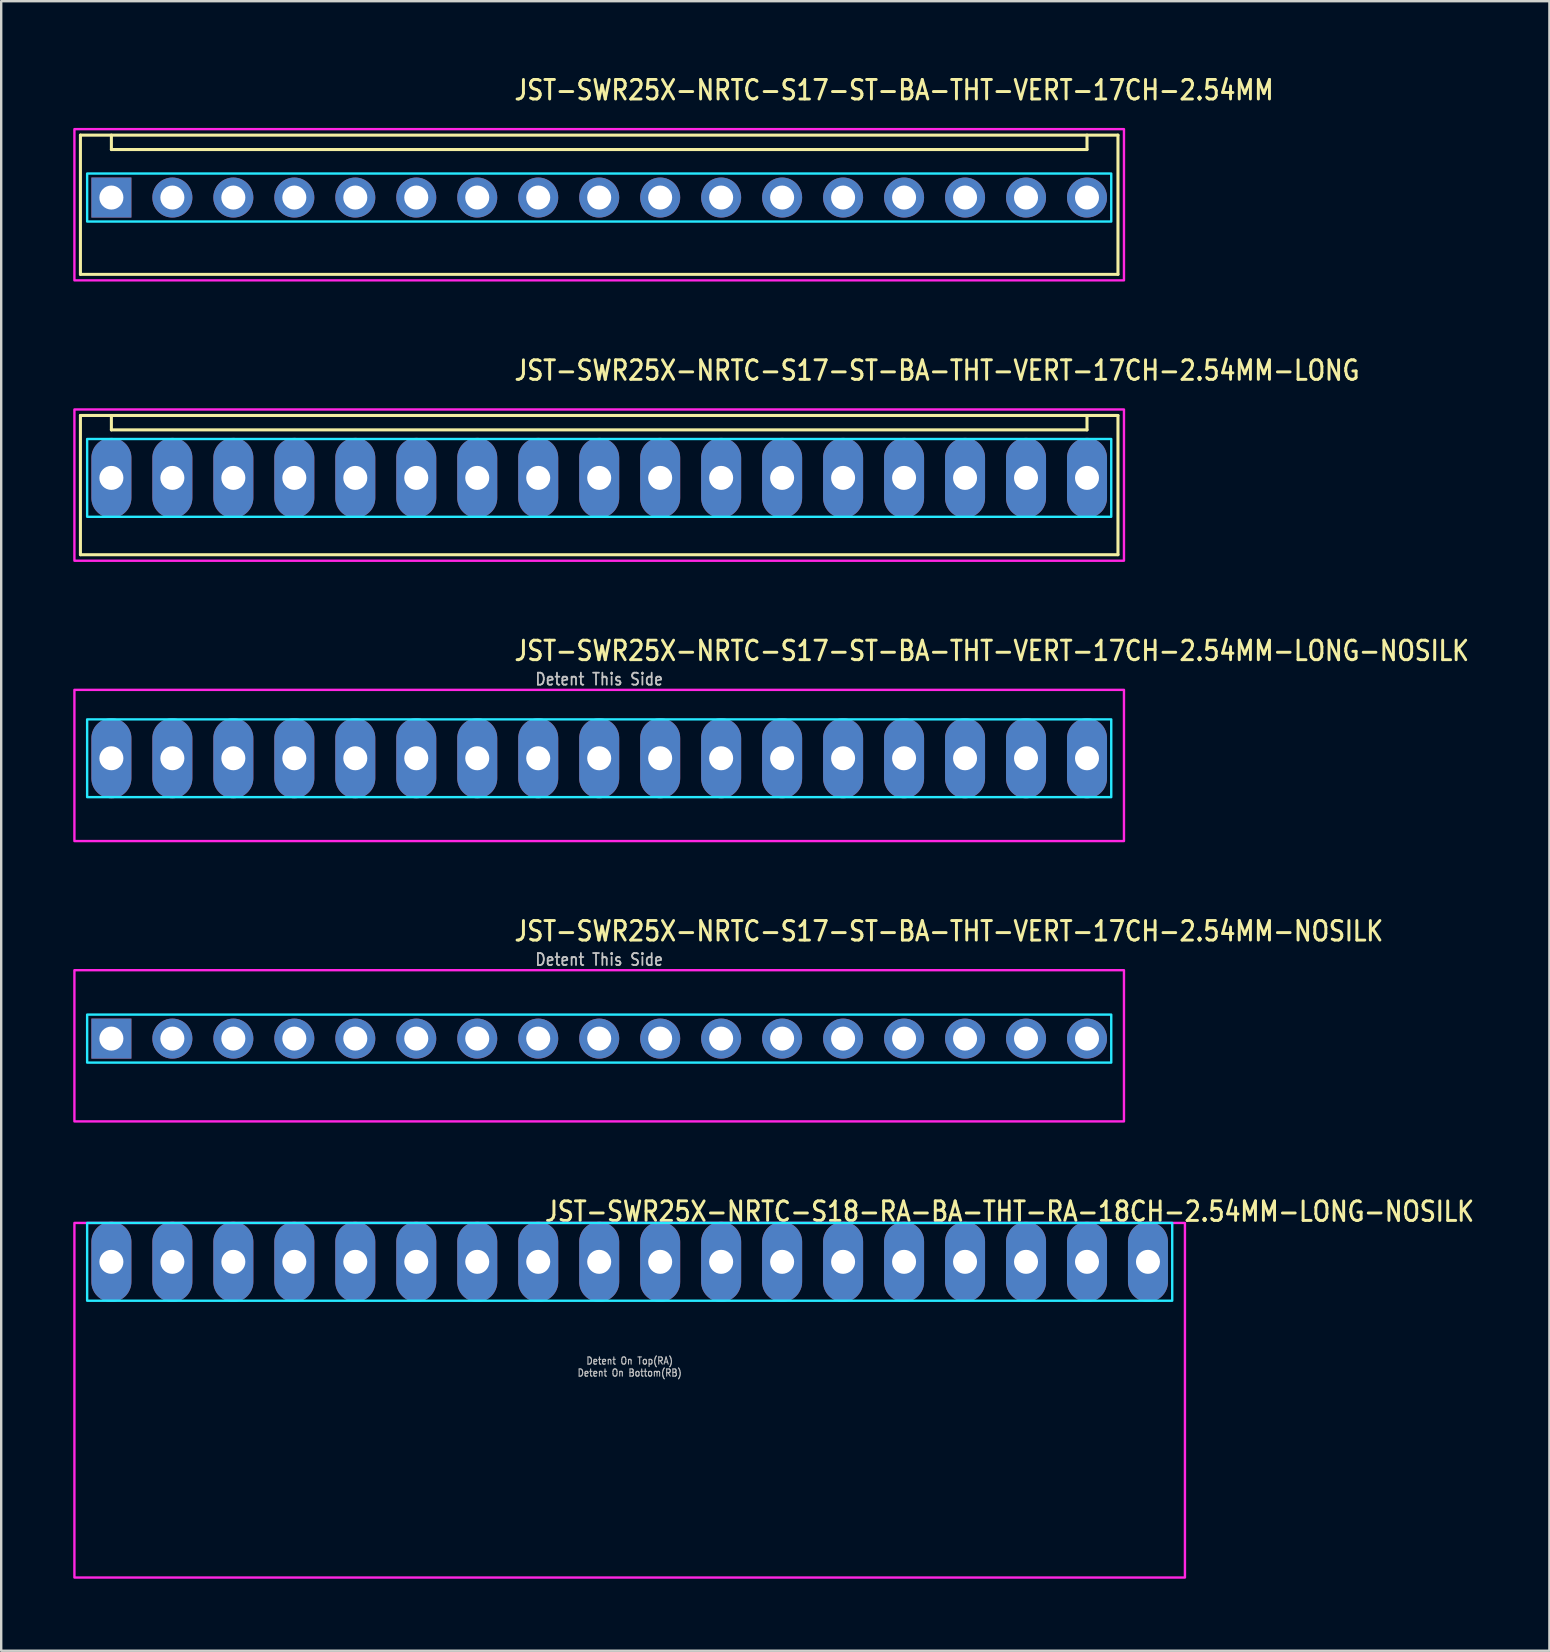
<source format=kicad_pcb>
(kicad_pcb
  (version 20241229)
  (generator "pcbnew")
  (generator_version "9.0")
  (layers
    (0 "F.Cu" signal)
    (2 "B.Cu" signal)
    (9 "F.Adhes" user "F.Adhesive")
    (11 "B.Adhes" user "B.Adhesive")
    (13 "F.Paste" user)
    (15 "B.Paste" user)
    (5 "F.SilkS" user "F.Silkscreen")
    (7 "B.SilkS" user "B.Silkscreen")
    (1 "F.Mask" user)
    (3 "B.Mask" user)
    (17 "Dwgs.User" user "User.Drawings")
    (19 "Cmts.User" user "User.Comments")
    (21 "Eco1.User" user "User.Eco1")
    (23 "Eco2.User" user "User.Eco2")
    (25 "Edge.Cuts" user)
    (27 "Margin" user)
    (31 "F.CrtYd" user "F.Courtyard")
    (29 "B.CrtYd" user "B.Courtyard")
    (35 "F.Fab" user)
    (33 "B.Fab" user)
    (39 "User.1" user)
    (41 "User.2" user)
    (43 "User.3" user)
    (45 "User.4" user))
  (footprint "JST-SWR25X-NRTC-S17-ST-BA-THT-VERT-17CH-2.54MM-NOSILK"
    (layer "F.Cu")
    (at 21.91 40.214)
    (property "Reference" "JST-SWR25X-NRTC-S17-ST-BA-THT-VERT-17CH-2.54MM-NOSILK" (at -3.6 -4 0) (unlocked yes) (layer "F.SilkS") (effects (font (size 0.813 0.695) (thickness 0.122)) (justify left bottom)))
    (fp_poly (pts (xy -21.33 -1) (xy -21.33 1) (xy 21.33 1) (xy 21.33 -1)) (stroke (width 0.1) (type solid)) (fill no) (layer "B.CrtYd"))
    (fp_poly (pts (xy -21.86 -2.85) (xy -21.86 3.45) (xy 21.86 3.45) (xy 21.86 -2.85)) (stroke (width 0.1) (type solid)) (fill no) (layer "F.CrtYd"))
    (fp_text user "Detent This Side" (at 0 -3 0) (unlocked yes) (layer "Dwgs.User") (effects (font (size 0.5 0.427) (thickness 0.075)) (justify bottom)))
    (pad "1" thru_hole rect (at -20.32 0) (size 1.667 1.667) (drill 1) (layers "*.Cu" "*.Mask"))
    (pad "2" thru_hole oval (at -17.78 0) (size 1.667 1.667) (drill 1) (layers "*.Cu" "*.Mask"))
    (pad "3" thru_hole oval (at -15.24 0) (size 1.667 1.667) (drill 1) (layers "*.Cu" "*.Mask"))
    (pad "4" thru_hole oval (at -12.7 0) (size 1.667 1.667) (drill 1) (layers "*.Cu" "*.Mask"))
    (pad "5" thru_hole oval (at -10.16 0) (size 1.667 1.667) (drill 1) (layers "*.Cu" "*.Mask"))
    (pad "6" thru_hole oval (at -7.62 0) (size 1.667 1.667) (drill 1) (layers "*.Cu" "*.Mask"))
    (pad "7" thru_hole oval (at -5.08 0) (size 1.667 1.667) (drill 1) (layers "*.Cu" "*.Mask"))
    (pad "8" thru_hole oval (at -2.54 0) (size 1.667 1.667) (drill 1) (layers "*.Cu" "*.Mask"))
    (pad "9" thru_hole oval (at 0 0) (size 1.667 1.667) (drill 1) (layers "*.Cu" "*.Mask"))
    (pad "10" thru_hole oval (at 2.54 0) (size 1.667 1.667) (drill 1) (layers "*.Cu" "*.Mask"))
    (pad "11" thru_hole oval (at 5.08 0) (size 1.667 1.667) (drill 1) (layers "*.Cu" "*.Mask"))
    (pad "12" thru_hole oval (at 7.62 0) (size 1.667 1.667) (drill 1) (layers "*.Cu" "*.Mask"))
    (pad "13" thru_hole oval (at 10.16 0) (size 1.667 1.667) (drill 1) (layers "*.Cu" "*.Mask"))
    (pad "14" thru_hole oval (at 12.7 0) (size 1.667 1.667) (drill 1) (layers "*.Cu" "*.Mask"))
    (pad "15" thru_hole oval (at 15.24 0) (size 1.667 1.667) (drill 1) (layers "*.Cu" "*.Mask"))
    (pad "16" thru_hole oval (at 17.78 0) (size 1.667 1.667) (drill 1) (layers "*.Cu" "*.Mask"))
    (pad "17" thru_hole oval (at 20.32 0) (size 1.667 1.667) (drill 1) (layers "*.Cu" "*.Mask")))
  (footprint "JST-SWR25X-NRTC-S17-ST-BA-THT-VERT-17CH-2.54MM-LONG"
    (layer "F.Cu")
    (at 21.91 16.857)
    (property "Reference" "JST-SWR25X-NRTC-S17-ST-BA-THT-VERT-17CH-2.54MM-LONG" (at -3.6 -4 0) (unlocked yes) (layer "F.SilkS") (effects (font (size 0.813 0.695) (thickness 0.122)) (justify left bottom)))
    (fp_line (start -21.61 -2.6) (end 21.61 -2.6) (stroke (width 0.127) (type solid)) (layer "F.SilkS"))
    (fp_line (start -21.61 3.2) (end -21.61 -2.6) (stroke (width 0.127) (type solid)) (layer "F.SilkS"))
    (fp_line (start -21.61 3.2) (end 21.61 3.2) (stroke (width 0.127) (type solid)) (layer "F.SilkS"))
    (fp_line (start -20.32 -2.6) (end -20.32 -2) (stroke (width 0.127) (type solid)) (layer "F.SilkS"))
    (fp_line (start -20.32 -2) (end 20.32 -2) (stroke (width 0.127) (type solid)) (layer "F.SilkS"))
    (fp_line (start 20.32 -2.6) (end 20.32 -2) (stroke (width 0.127) (type solid)) (layer "F.SilkS"))
    (fp_line (start 21.61 -2.6) (end 21.61 3.2) (stroke (width 0.127) (type solid)) (layer "F.SilkS"))
    (fp_poly (pts (xy -21.33 -1.62) (xy -21.33 1.62) (xy 21.33 1.62) (xy 21.33 -1.62)) (stroke (width 0.1) (type solid)) (fill no) (layer "B.CrtYd"))
    (fp_poly (pts (xy -21.86 -2.85) (xy -21.86 3.45) (xy 21.86 3.45) (xy 21.86 -2.85)) (stroke (width 0.1) (type solid)) (fill no) (layer "F.CrtYd"))
    (pad "1" thru_hole oval (at -20.32 0 90) (size 3.333 1.667) (drill 1) (layers "*.Cu" "*.Mask"))
    (pad "2" thru_hole oval (at -17.78 0 90) (size 3.333 1.667) (drill 1) (layers "*.Cu" "*.Mask"))
    (pad "3" thru_hole oval (at -15.24 0 90) (size 3.333 1.667) (drill 1) (layers "*.Cu" "*.Mask"))
    (pad "4" thru_hole oval (at -12.7 0 90) (size 3.333 1.667) (drill 1) (layers "*.Cu" "*.Mask"))
    (pad "5" thru_hole oval (at -10.16 0 90) (size 3.333 1.667) (drill 1) (layers "*.Cu" "*.Mask"))
    (pad "6" thru_hole oval (at -7.62 0 90) (size 3.333 1.667) (drill 1) (layers "*.Cu" "*.Mask"))
    (pad "7" thru_hole oval (at -5.08 0 90) (size 3.333 1.667) (drill 1) (layers "*.Cu" "*.Mask"))
    (pad "8" thru_hole oval (at -2.54 0 90) (size 3.333 1.667) (drill 1) (layers "*.Cu" "*.Mask"))
    (pad "9" thru_hole oval (at 0 0 90) (size 3.333 1.667) (drill 1) (layers "*.Cu" "*.Mask"))
    (pad "10" thru_hole oval (at 2.54 0 90) (size 3.333 1.667) (drill 1) (layers "*.Cu" "*.Mask"))
    (pad "11" thru_hole oval (at 5.08 0 90) (size 3.333 1.667) (drill 1) (layers "*.Cu" "*.Mask"))
    (pad "12" thru_hole oval (at 7.62 0 90) (size 3.333 1.667) (drill 1) (layers "*.Cu" "*.Mask"))
    (pad "13" thru_hole oval (at 10.16 0 90) (size 3.333 1.667) (drill 1) (layers "*.Cu" "*.Mask"))
    (pad "14" thru_hole oval (at 12.7 0 90) (size 3.333 1.667) (drill 1) (layers "*.Cu" "*.Mask"))
    (pad "15" thru_hole oval (at 15.24 0 90) (size 3.333 1.667) (drill 1) (layers "*.Cu" "*.Mask"))
    (pad "16" thru_hole oval (at 17.78 0 90) (size 3.333 1.667) (drill 1) (layers "*.Cu" "*.Mask"))
    (pad "17" thru_hole oval (at 20.32 0 90) (size 3.333 1.667) (drill 1) (layers "*.Cu" "*.Mask")))
  (footprint "JST-SWR25X-NRTC-S18-RA-BA-THT-RA-18CH-2.54MM-LONG-NOSILK"
    (layer "F.Cu")
    (at 23.18 49.513)
    (property "Reference" "JST-SWR25X-NRTC-S18-RA-BA-THT-RA-18CH-2.54MM-LONG-NOSILK" (at -3.6 -1.62 0) (unlocked yes) (layer "F.SilkS") (effects (font (size 0.813 0.695) (thickness 0.122)) (justify left bottom)))
    (fp_poly (pts (xy -22.6 -1.62) (xy -22.6 1.62) (xy 22.6 1.62) (xy 22.6 -1.62)) (stroke (width 0.1) (type solid)) (fill no) (layer "B.CrtYd"))
    (fp_poly (pts (xy -23.13 -1.62) (xy -23.13 13.15) (xy 23.13 13.15) (xy 23.13 -1.62)) (stroke (width 0.1) (type solid)) (fill no) (layer "F.CrtYd"))
    (fp_text user "Detent On Top(RA)" (at 0 4.3 0) (unlocked yes) (layer "Dwgs.User") (effects (font (size 0.3 0.257) (thickness 0.045)) (justify bottom)))
    (fp_text user "Detent On Bottom(RB)" (at 0 4.8 0) (unlocked yes) (layer "Dwgs.User") (effects (font (size 0.3 0.257) (thickness 0.045)) (justify bottom)))
    (pad "1" thru_hole oval (at -21.59 0 90) (size 3.333 1.667) (drill 1) (layers "*.Cu" "*.Mask"))
    (pad "2" thru_hole oval (at -19.05 0 90) (size 3.333 1.667) (drill 1) (layers "*.Cu" "*.Mask"))
    (pad "3" thru_hole oval (at -16.51 0 90) (size 3.333 1.667) (drill 1) (layers "*.Cu" "*.Mask"))
    (pad "4" thru_hole oval (at -13.97 0 90) (size 3.333 1.667) (drill 1) (layers "*.Cu" "*.Mask"))
    (pad "5" thru_hole oval (at -11.43 0 90) (size 3.333 1.667) (drill 1) (layers "*.Cu" "*.Mask"))
    (pad "6" thru_hole oval (at -8.89 0 90) (size 3.333 1.667) (drill 1) (layers "*.Cu" "*.Mask"))
    (pad "7" thru_hole oval (at -6.35 0 90) (size 3.333 1.667) (drill 1) (layers "*.Cu" "*.Mask"))
    (pad "8" thru_hole oval (at -3.81 0 90) (size 3.333 1.667) (drill 1) (layers "*.Cu" "*.Mask"))
    (pad "9" thru_hole oval (at -1.27 0 90) (size 3.333 1.667) (drill 1) (layers "*.Cu" "*.Mask"))
    (pad "10" thru_hole oval (at 1.27 0 90) (size 3.333 1.667) (drill 1) (layers "*.Cu" "*.Mask"))
    (pad "11" thru_hole oval (at 3.81 0 90) (size 3.333 1.667) (drill 1) (layers "*.Cu" "*.Mask"))
    (pad "12" thru_hole oval (at 6.35 0 90) (size 3.333 1.667) (drill 1) (layers "*.Cu" "*.Mask"))
    (pad "13" thru_hole oval (at 8.89 0 90) (size 3.333 1.667) (drill 1) (layers "*.Cu" "*.Mask"))
    (pad "14" thru_hole oval (at 11.43 0 90) (size 3.333 1.667) (drill 1) (layers "*.Cu" "*.Mask"))
    (pad "15" thru_hole oval (at 13.97 0 90) (size 3.333 1.667) (drill 1) (layers "*.Cu" "*.Mask"))
    (pad "16" thru_hole oval (at 16.51 0 90) (size 3.333 1.667) (drill 1) (layers "*.Cu" "*.Mask"))
    (pad "17" thru_hole oval (at 19.05 0 90) (size 3.333 1.667) (drill 1) (layers "*.Cu" "*.Mask"))
    (pad "18" thru_hole oval (at 21.59 0 90) (size 3.333 1.667) (drill 1) (layers "*.Cu" "*.Mask")))
  (footprint "JST-SWR25X-NRTC-S17-ST-BA-THT-VERT-17CH-2.54MM-LONG-NOSILK"
    (layer "F.Cu")
    (at 21.91 28.536)
    (property "Reference" "JST-SWR25X-NRTC-S17-ST-BA-THT-VERT-17CH-2.54MM-LONG-NOSILK" (at -3.6 -4 0) (unlocked yes) (layer "F.SilkS") (effects (font (size 0.813 0.695) (thickness 0.122)) (justify left bottom)))
    (fp_poly (pts (xy -21.33 -1.62) (xy -21.33 1.62) (xy 21.33 1.62) (xy 21.33 -1.62)) (stroke (width 0.1) (type solid)) (fill no) (layer "B.CrtYd"))
    (fp_poly (pts (xy -21.86 -2.85) (xy -21.86 3.45) (xy 21.86 3.45) (xy 21.86 -2.85)) (stroke (width 0.1) (type solid)) (fill no) (layer "F.CrtYd"))
    (fp_text user "Detent This Side" (at 0 -3 0) (unlocked yes) (layer "Dwgs.User") (effects (font (size 0.5 0.427) (thickness 0.075)) (justify bottom)))
    (pad "1" thru_hole oval (at -20.32 0 90) (size 3.333 1.667) (drill 1) (layers "*.Cu" "*.Mask"))
    (pad "2" thru_hole oval (at -17.78 0 90) (size 3.333 1.667) (drill 1) (layers "*.Cu" "*.Mask"))
    (pad "3" thru_hole oval (at -15.24 0 90) (size 3.333 1.667) (drill 1) (layers "*.Cu" "*.Mask"))
    (pad "4" thru_hole oval (at -12.7 0 90) (size 3.333 1.667) (drill 1) (layers "*.Cu" "*.Mask"))
    (pad "5" thru_hole oval (at -10.16 0 90) (size 3.333 1.667) (drill 1) (layers "*.Cu" "*.Mask"))
    (pad "6" thru_hole oval (at -7.62 0 90) (size 3.333 1.667) (drill 1) (layers "*.Cu" "*.Mask"))
    (pad "7" thru_hole oval (at -5.08 0 90) (size 3.333 1.667) (drill 1) (layers "*.Cu" "*.Mask"))
    (pad "8" thru_hole oval (at -2.54 0 90) (size 3.333 1.667) (drill 1) (layers "*.Cu" "*.Mask"))
    (pad "9" thru_hole oval (at 0 0 90) (size 3.333 1.667) (drill 1) (layers "*.Cu" "*.Mask"))
    (pad "10" thru_hole oval (at 2.54 0 90) (size 3.333 1.667) (drill 1) (layers "*.Cu" "*.Mask"))
    (pad "11" thru_hole oval (at 5.08 0 90) (size 3.333 1.667) (drill 1) (layers "*.Cu" "*.Mask"))
    (pad "12" thru_hole oval (at 7.62 0 90) (size 3.333 1.667) (drill 1) (layers "*.Cu" "*.Mask"))
    (pad "13" thru_hole oval (at 10.16 0 90) (size 3.333 1.667) (drill 1) (layers "*.Cu" "*.Mask"))
    (pad "14" thru_hole oval (at 12.7 0 90) (size 3.333 1.667) (drill 1) (layers "*.Cu" "*.Mask"))
    (pad "15" thru_hole oval (at 15.24 0 90) (size 3.333 1.667) (drill 1) (layers "*.Cu" "*.Mask"))
    (pad "16" thru_hole oval (at 17.78 0 90) (size 3.333 1.667) (drill 1) (layers "*.Cu" "*.Mask"))
    (pad "17" thru_hole oval (at 20.32 0 90) (size 3.333 1.667) (drill 1) (layers "*.Cu" "*.Mask")))
  (footprint "JST-SWR25X-NRTC-S17-ST-BA-THT-VERT-17CH-2.54MM"
    (layer "F.Cu")
    (at 21.91 5.179)
    (property "Reference" "JST-SWR25X-NRTC-S17-ST-BA-THT-VERT-17CH-2.54MM" (at -3.6 -4 0) (unlocked yes) (layer "F.SilkS") (effects (font (size 0.813 0.695) (thickness 0.122)) (justify left bottom)))
    (fp_line (start -21.61 -2.6) (end 21.61 -2.6) (stroke (width 0.127) (type solid)) (layer "F.SilkS"))
    (fp_line (start -21.61 3.2) (end -21.61 -2.6) (stroke (width 0.127) (type solid)) (layer "F.SilkS"))
    (fp_line (start -21.61 3.2) (end 21.61 3.2) (stroke (width 0.127) (type solid)) (layer "F.SilkS"))
    (fp_line (start -20.32 -2.6) (end -20.32 -2) (stroke (width 0.127) (type solid)) (layer "F.SilkS"))
    (fp_line (start -20.32 -2) (end 20.32 -2) (stroke (width 0.127) (type solid)) (layer "F.SilkS"))
    (fp_line (start 20.32 -2.6) (end 20.32 -2) (stroke (width 0.127) (type solid)) (layer "F.SilkS"))
    (fp_line (start 21.61 -2.6) (end 21.61 3.2) (stroke (width 0.127) (type solid)) (layer "F.SilkS"))
    (fp_poly (pts (xy -21.33 -1) (xy -21.33 1) (xy 21.33 1) (xy 21.33 -1)) (stroke (width 0.1) (type solid)) (fill no) (layer "B.CrtYd"))
    (fp_poly (pts (xy -21.86 -2.85) (xy -21.86 3.45) (xy 21.86 3.45) (xy 21.86 -2.85)) (stroke (width 0.1) (type solid)) (fill no) (layer "F.CrtYd"))
    (pad "1" thru_hole rect (at -20.32 0) (size 1.667 1.667) (drill 1) (layers "*.Cu" "*.Mask"))
    (pad "2" thru_hole oval (at -17.78 0) (size 1.667 1.667) (drill 1) (layers "*.Cu" "*.Mask"))
    (pad "3" thru_hole oval (at -15.24 0) (size 1.667 1.667) (drill 1) (layers "*.Cu" "*.Mask"))
    (pad "4" thru_hole oval (at -12.7 0) (size 1.667 1.667) (drill 1) (layers "*.Cu" "*.Mask"))
    (pad "5" thru_hole oval (at -10.16 0) (size 1.667 1.667) (drill 1) (layers "*.Cu" "*.Mask"))
    (pad "6" thru_hole oval (at -7.62 0) (size 1.667 1.667) (drill 1) (layers "*.Cu" "*.Mask"))
    (pad "7" thru_hole oval (at -5.08 0) (size 1.667 1.667) (drill 1) (layers "*.Cu" "*.Mask"))
    (pad "8" thru_hole oval (at -2.54 0) (size 1.667 1.667) (drill 1) (layers "*.Cu" "*.Mask"))
    (pad "9" thru_hole oval (at 0 0) (size 1.667 1.667) (drill 1) (layers "*.Cu" "*.Mask"))
    (pad "10" thru_hole oval (at 2.54 0) (size 1.667 1.667) (drill 1) (layers "*.Cu" "*.Mask"))
    (pad "11" thru_hole oval (at 5.08 0) (size 1.667 1.667) (drill 1) (layers "*.Cu" "*.Mask"))
    (pad "12" thru_hole oval (at 7.62 0) (size 1.667 1.667) (drill 1) (layers "*.Cu" "*.Mask"))
    (pad "13" thru_hole oval (at 10.16 0) (size 1.667 1.667) (drill 1) (layers "*.Cu" "*.Mask"))
    (pad "14" thru_hole oval (at 12.7 0) (size 1.667 1.667) (drill 1) (layers "*.Cu" "*.Mask"))
    (pad "15" thru_hole oval (at 15.24 0) (size 1.667 1.667) (drill 1) (layers "*.Cu" "*.Mask"))
    (pad "16" thru_hole oval (at 17.78 0) (size 1.667 1.667) (drill 1) (layers "*.Cu" "*.Mask"))
    (pad "17" thru_hole oval (at 20.32 0) (size 1.667 1.667) (drill 1) (layers "*.Cu" "*.Mask")))
  (gr_rect
    (start -3 -3)
    (end 61.492 65.713)
    (stroke (width 0.1) (type default))
    (fill no)
    (layer "Edge.Cuts")))
</source>
